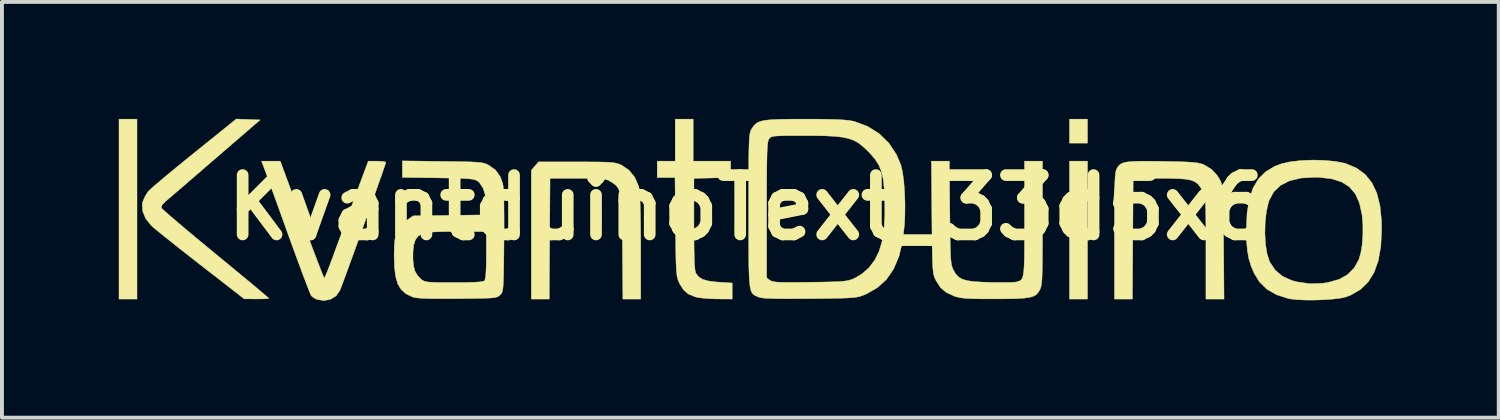
<source format=kicad_pcb>
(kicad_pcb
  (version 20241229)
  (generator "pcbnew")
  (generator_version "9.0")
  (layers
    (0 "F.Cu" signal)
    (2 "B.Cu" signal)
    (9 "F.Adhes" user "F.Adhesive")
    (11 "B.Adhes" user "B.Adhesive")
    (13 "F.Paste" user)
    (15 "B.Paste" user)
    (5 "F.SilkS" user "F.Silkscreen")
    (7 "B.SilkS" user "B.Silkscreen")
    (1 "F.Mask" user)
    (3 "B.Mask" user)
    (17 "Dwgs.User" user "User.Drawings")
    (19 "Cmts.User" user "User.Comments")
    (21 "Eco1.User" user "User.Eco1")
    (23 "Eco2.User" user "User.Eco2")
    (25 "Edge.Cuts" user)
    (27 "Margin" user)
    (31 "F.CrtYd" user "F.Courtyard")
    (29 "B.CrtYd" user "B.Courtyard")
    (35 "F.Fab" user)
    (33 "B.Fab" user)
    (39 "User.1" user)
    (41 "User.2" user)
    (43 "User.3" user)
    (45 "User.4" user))
  (footprint "KvantduinoText_33d5x6"
    (layer "F.Cu")
    (at 16.169 2.279)
    (property "Reference" "KvantduinoText_33d5x6" (at 0 0 0) (layer "F.SilkS") (effects (font (size 1.524 1.524) (thickness 0.3))))
    (attr through_hole)
    (fp_poly (pts (xy -15.702 2.348) (xy -16.164 2.348) (xy -16.164 -2.271) (xy -15.702 -2.271) (xy -15.702 2.348)) (stroke (width 0.01) (type solid)) (fill yes) (layer "F.SilkS"))
    (fp_poly (pts (xy 8.698 -1.655) (xy 8.236 -1.655) (xy 8.236 -2.271) (xy 8.698 -2.271) (xy 8.698 -1.655)) (stroke (width 0.01) (type solid)) (fill yes) (layer "F.SilkS"))
    (fp_poly (pts (xy 8.698 2.348) (xy 8.236 2.348) (xy 8.236 -1.193) (xy 8.698 -1.193) (xy 8.698 2.348)) (stroke (width 0.01) (type solid)) (fill yes) (layer "F.SilkS"))
    (fp_poly (pts (xy -1.424 -1.193) (xy -0.462 -1.193) (xy -0.462 -0.772) (xy -0.933 -0.761) (xy -1.405 -0.75) (xy -1.405 0.423) (xy -1.404 0.782) (xy -1.401 1.071) (xy -1.396 1.296) (xy -1.389 1.464) (xy -1.379 1.581) (xy -1.366 1.655) (xy -1.355 1.684) (xy -1.285 1.775) (xy -1.188 1.839) (xy -1.049 1.881) (xy -0.854 1.907) (xy -0.773 1.913) (xy -0.423 1.936) (xy -0.423 2.348) (xy -0.818 2.345) (xy -1.006 2.339) (xy -1.184 2.324) (xy -1.326 2.303) (xy -1.379 2.29) (xy -1.546 2.22) (xy -1.668 2.118) (xy -1.766 1.965) (xy -1.786 1.924) (xy -1.808 1.873) (xy -1.826 1.818) (xy -1.84 1.751) (xy -1.851 1.662) (xy -1.859 1.544) (xy -1.866 1.387) (xy -1.87 1.181) (xy -1.874 0.919) (xy -1.878 0.592) (xy -1.879 0.491) (xy -1.891 -0.77) (xy -2.348 -0.77) (xy -2.348 -1.193) (xy -1.886 -1.193) (xy -1.886 -2.271) (xy -1.424 -2.271) (xy -1.424 -1.193)) (stroke (width 0.01) (type solid)) (fill yes) (layer "F.SilkS"))
    (fp_poly (pts (xy -4.118 -1.173) (xy -3.883 -1.172) (xy -3.703 -1.168) (xy -3.569 -1.162) (xy -3.47 -1.152) (xy -3.394 -1.138) (xy -3.332 -1.119) (xy -3.273 -1.095) (xy -3.264 -1.091) (xy -3.075 -0.963) (xy -2.925 -0.779) (xy -2.827 -0.555) (xy -2.812 -0.496) (xy -2.801 -0.403) (xy -2.791 -0.24) (xy -2.783 -0.015) (xy -2.777 0.264) (xy -2.773 0.59) (xy -2.771 0.955) (xy -2.771 1.022) (xy -2.771 2.348) (xy -3.229 2.348) (xy -3.24 1.029) (xy -3.244 0.647) (xy -3.249 0.334) (xy -3.256 0.082) (xy -3.267 -0.117) (xy -3.284 -0.27) (xy -3.307 -0.386) (xy -3.337 -0.473) (xy -3.378 -0.538) (xy -3.429 -0.59) (xy -3.492 -0.636) (xy -3.535 -0.663) (xy -3.589 -0.694) (xy -3.645 -0.717) (xy -3.715 -0.732) (xy -3.812 -0.742) (xy -3.949 -0.748) (xy -4.138 -0.75) (xy -4.387 -0.75) (xy -5.099 -0.75) (xy -5.109 0.799) (xy -5.119 2.348) (xy -5.58 2.348) (xy -5.58 -0.958) (xy -5.487 -1.066) (xy -5.394 -1.174) (xy -4.419 -1.174) (xy -4.118 -1.173)) (stroke (width 0.01) (type solid)) (fill yes) (layer "F.SilkS"))
    (fp_poly (pts (xy -12.848 -2.262) (xy -12.541 -2.251) (xy -13.708 -1.245) (xy -13.968 -1.021) (xy -14.213 -0.809) (xy -14.437 -0.616) (xy -14.632 -0.448) (xy -14.792 -0.311) (xy -14.909 -0.21) (xy -14.978 -0.152) (xy -14.987 -0.144) (xy -15.061 -0.063) (xy -15.078 0.004) (xy -15.077 0.007) (xy -15.043 0.043) (xy -14.956 0.122) (xy -14.821 0.239) (xy -14.645 0.39) (xy -14.433 0.569) (xy -14.192 0.771) (xy -13.927 0.99) (xy -13.685 1.19) (xy -13.406 1.419) (xy -13.146 1.634) (xy -12.91 1.828) (xy -12.706 1.998) (xy -12.539 2.138) (xy -12.414 2.244) (xy -12.338 2.31) (xy -12.315 2.331) (xy -12.351 2.338) (xy -12.445 2.343) (xy -12.581 2.345) (xy -12.633 2.345) (xy -12.95 2.343) (xy -14.074 1.47) (xy -14.336 1.265) (xy -14.584 1.071) (xy -14.809 0.892) (xy -15.005 0.736) (xy -15.163 0.608) (xy -15.276 0.515) (xy -15.334 0.464) (xy -15.476 0.287) (xy -15.555 0.099) (xy -15.567 -0.086) (xy -15.553 -0.153) (xy -15.496 -0.286) (xy -15.419 -0.409) (xy -15.41 -0.42) (xy -15.358 -0.47) (xy -15.253 -0.563) (xy -15.104 -0.69) (xy -14.916 -0.847) (xy -14.699 -1.026) (xy -14.459 -1.222) (xy -14.234 -1.404) (xy -13.154 -2.274) (xy -12.848 -2.262)) (stroke (width 0.01) (type solid)) (fill yes) (layer "F.SilkS"))
    (fp_poly (pts (xy -11.471 0.308) (xy -11.352 0.629) (xy -11.24 0.927) (xy -11.14 1.194) (xy -11.052 1.422) (xy -10.981 1.604) (xy -10.93 1.732) (xy -10.9 1.8) (xy -10.895 1.808) (xy -10.874 1.774) (xy -10.833 1.679) (xy -10.776 1.536) (xy -10.709 1.358) (xy -10.665 1.24) (xy -10.591 1.037) (xy -10.497 0.781) (xy -10.39 0.491) (xy -10.277 0.185) (xy -10.165 -0.117) (xy -10.112 -0.26) (xy -9.766 -1.193) (xy -9.54 -1.193) (xy -9.419 -1.188) (xy -9.337 -1.175) (xy -9.313 -1.161) (xy -9.326 -1.118) (xy -9.362 -1.012) (xy -9.417 -0.852) (xy -9.49 -0.646) (xy -9.576 -0.403) (xy -9.672 -0.133) (xy -9.775 0.157) (xy -9.883 0.456) (xy -9.991 0.756) (xy -10.096 1.048) (xy -10.196 1.323) (xy -10.287 1.573) (xy -10.366 1.788) (xy -10.429 1.959) (xy -10.474 2.077) (xy -10.495 2.129) (xy -10.594 2.269) (xy -10.739 2.357) (xy -10.91 2.388) (xy -11.091 2.354) (xy -11.104 2.349) (xy -11.191 2.297) (xy -11.23 2.261) (xy -11.252 2.214) (xy -11.298 2.101) (xy -11.363 1.932) (xy -11.446 1.714) (xy -11.542 1.455) (xy -11.65 1.161) (xy -11.766 0.842) (xy -11.836 0.65) (xy -11.956 0.316) (xy -12.07 -0.001) (xy -12.175 -0.291) (xy -12.267 -0.546) (xy -12.344 -0.759) (xy -12.403 -0.92) (xy -12.441 -1.022) (xy -12.451 -1.049) (xy -12.507 -1.193) (xy -12.024 -1.193) (xy -11.471 0.308)) (stroke (width 0.01) (type solid)) (fill yes) (layer "F.SilkS"))
    (fp_poly (pts (xy 10.539 -1.188) (xy 10.702 -1.186) (xy 10.988 -1.18) (xy 11.209 -1.173) (xy 11.375 -1.163) (xy 11.498 -1.151) (xy 11.588 -1.134) (xy 11.658 -1.113) (xy 11.68 -1.104) (xy 11.877 -0.987) (xy 12.026 -0.828) (xy 12.098 -0.712) (xy 12.119 -0.67) (xy 12.136 -0.625) (xy 12.15 -0.569) (xy 12.161 -0.495) (xy 12.17 -0.394) (xy 12.176 -0.258) (xy 12.181 -0.079) (xy 12.185 0.151) (xy 12.188 0.44) (xy 12.191 0.796) (xy 12.192 0.895) (xy 12.203 2.348) (xy 11.738 2.348) (xy 11.738 1.047) (xy 11.738 0.696) (xy 11.737 0.413) (xy 11.735 0.19) (xy 11.731 0.018) (xy 11.726 -0.112) (xy 11.717 -0.209) (xy 11.706 -0.28) (xy 11.691 -0.336) (xy 11.671 -0.384) (xy 11.651 -0.424) (xy 11.593 -0.529) (xy 11.53 -0.608) (xy 11.451 -0.666) (xy 11.346 -0.706) (xy 11.203 -0.731) (xy 11.012 -0.745) (xy 10.761 -0.75) (xy 10.583 -0.75) (xy 9.871 -0.75) (xy 9.861 0.799) (xy 9.851 2.348) (xy 9.39 2.348) (xy 9.39 0.722) (xy 9.391 0.324) (xy 9.391 -0.004) (xy 9.393 -0.27) (xy 9.396 -0.481) (xy 9.4 -0.644) (xy 9.406 -0.767) (xy 9.414 -0.858) (xy 9.424 -0.923) (xy 9.437 -0.97) (xy 9.453 -1.006) (xy 9.465 -1.027) (xy 9.502 -1.078) (xy 9.549 -1.119) (xy 9.615 -1.149) (xy 9.708 -1.17) (xy 9.838 -1.183) (xy 10.014 -1.19) (xy 10.245 -1.191) (xy 10.539 -1.188)) (stroke (width 0.01) (type solid)) (fill yes) (layer "F.SilkS"))
    (fp_poly (pts (xy 5.164 0.125) (xy 5.168 0.481) (xy 5.171 0.768) (xy 5.176 0.996) (xy 5.181 1.172) (xy 5.188 1.305) (xy 5.198 1.404) (xy 5.21 1.477) (xy 5.226 1.532) (xy 5.245 1.579) (xy 5.253 1.596) (xy 5.315 1.702) (xy 5.388 1.781) (xy 5.484 1.838) (xy 5.614 1.876) (xy 5.79 1.9) (xy 6.025 1.914) (xy 6.187 1.919) (xy 6.399 1.922) (xy 6.59 1.922) (xy 6.743 1.919) (xy 6.843 1.913) (xy 6.867 1.909) (xy 6.92 1.895) (xy 6.963 1.879) (xy 6.998 1.853) (xy 7.026 1.809) (xy 7.046 1.741) (xy 7.061 1.642) (xy 7.071 1.504) (xy 7.077 1.32) (xy 7.08 1.082) (xy 7.081 0.785) (xy 7.081 0.42) (xy 7.081 0.286) (xy 7.081 -1.193) (xy 7.543 -1.193) (xy 7.543 0.395) (xy 7.543 0.789) (xy 7.542 1.113) (xy 7.54 1.376) (xy 7.537 1.584) (xy 7.533 1.745) (xy 7.527 1.866) (xy 7.518 1.956) (xy 7.507 2.021) (xy 7.493 2.069) (xy 7.476 2.108) (xy 7.472 2.117) (xy 7.429 2.185) (xy 7.377 2.238) (xy 7.306 2.278) (xy 7.206 2.306) (xy 7.068 2.325) (xy 6.882 2.337) (xy 6.638 2.342) (xy 6.328 2.344) (xy 6.312 2.344) (xy 6.025 2.344) (xy 5.804 2.341) (xy 5.635 2.334) (xy 5.507 2.324) (xy 5.407 2.309) (xy 5.323 2.288) (xy 5.281 2.275) (xy 5.073 2.179) (xy 4.921 2.049) (xy 4.804 1.865) (xy 4.796 1.847) (xy 4.775 1.799) (xy 4.757 1.748) (xy 4.744 1.686) (xy 4.733 1.605) (xy 4.724 1.496) (xy 4.718 1.351) (xy 4.713 1.163) (xy 4.709 0.922) (xy 4.706 0.621) (xy 4.703 0.252) (xy 4.703 0.241) (xy 4.691 -1.193) (xy 5.152 -1.193) (xy 5.164 0.125)) (stroke (width 0.01) (type solid)) (fill yes) (layer "F.SilkS"))
    (fp_poly (pts (xy 14.783 -1.212) (xy 15.064 -1.185) (xy 15.301 -1.138) (xy 15.339 -1.126) (xy 15.608 -1.012) (xy 15.827 -0.851) (xy 15.998 -0.639) (xy 16.124 -0.374) (xy 16.206 -0.051) (xy 16.245 0.332) (xy 16.25 0.577) (xy 16.227 1.001) (xy 16.163 1.362) (xy 16.056 1.664) (xy 15.904 1.909) (xy 15.705 2.102) (xy 15.459 2.245) (xy 15.337 2.292) (xy 15.197 2.324) (xy 15.001 2.349) (xy 14.768 2.366) (xy 14.521 2.374) (xy 14.278 2.373) (xy 14.06 2.363) (xy 13.889 2.342) (xy 13.855 2.335) (xy 13.549 2.237) (xy 13.304 2.097) (xy 13.113 1.909) (xy 12.974 1.682) (xy 12.895 1.494) (xy 12.839 1.309) (xy 12.803 1.107) (xy 12.783 0.868) (xy 12.779 0.675) (xy 13.252 0.675) (xy 13.269 0.947) (xy 13.308 1.188) (xy 13.369 1.379) (xy 13.379 1.399) (xy 13.518 1.607) (xy 13.703 1.763) (xy 13.942 1.871) (xy 14.085 1.909) (xy 14.412 1.955) (xy 14.736 1.943) (xy 14.876 1.921) (xy 15.154 1.843) (xy 15.373 1.722) (xy 15.542 1.551) (xy 15.659 1.346) (xy 15.712 1.175) (xy 15.749 0.951) (xy 15.767 0.696) (xy 15.767 0.432) (xy 15.745 0.181) (xy 15.744 0.178) (xy 15.679 -0.116) (xy 15.574 -0.351) (xy 15.423 -0.53) (xy 15.222 -0.658) (xy 14.965 -0.739) (xy 14.648 -0.776) (xy 14.528 -0.779) (xy 14.178 -0.758) (xy 13.887 -0.689) (xy 13.654 -0.571) (xy 13.479 -0.403) (xy 13.361 -0.185) (xy 13.341 -0.124) (xy 13.288 0.119) (xy 13.258 0.392) (xy 13.252 0.675) (xy 12.779 0.675) (xy 12.777 0.575) (xy 12.777 0.545) (xy 12.795 0.132) (xy 12.852 -0.216) (xy 12.95 -0.506) (xy 13.09 -0.741) (xy 13.276 -0.925) (xy 13.51 -1.063) (xy 13.68 -1.127) (xy 13.904 -1.177) (xy 14.179 -1.208) (xy 14.48 -1.22) (xy 14.783 -1.212)) (stroke (width 0.01) (type solid)) (fill yes) (layer "F.SilkS"))
    (fp_poly (pts (xy -7.861 -1.186) (xy -7.551 -1.182) (xy -7.308 -1.178) (xy -7.122 -1.173) (xy -6.983 -1.165) (xy -6.88 -1.155) (xy -6.805 -1.142) (xy -6.747 -1.124) (xy -6.695 -1.101) (xy -6.671 -1.088) (xy -6.493 -0.959) (xy -6.373 -0.786) (xy -6.312 -0.613) (xy -6.298 -0.513) (xy -6.288 -0.337) (xy -6.282 -0.086) (xy -6.279 0.239) (xy -6.279 0.638) (xy -6.281 0.855) (xy -6.284 1.205) (xy -6.287 1.487) (xy -6.291 1.707) (xy -6.295 1.875) (xy -6.302 1.999) (xy -6.311 2.087) (xy -6.322 2.147) (xy -6.337 2.187) (xy -6.356 2.215) (xy -6.38 2.24) (xy -6.38 2.241) (xy -6.408 2.267) (xy -6.441 2.288) (xy -6.487 2.303) (xy -6.556 2.315) (xy -6.657 2.323) (xy -6.8 2.328) (xy -6.995 2.332) (xy -7.25 2.335) (xy -7.477 2.337) (xy -7.807 2.339) (xy -8.069 2.338) (xy -8.271 2.334) (xy -8.423 2.327) (xy -8.533 2.315) (xy -8.61 2.3) (xy -8.634 2.292) (xy -8.795 2.215) (xy -8.917 2.109) (xy -9.005 1.966) (xy -9.062 1.775) (xy -9.093 1.527) (xy -9.099 1.31) (xy -8.619 1.31) (xy -8.604 1.484) (xy -8.572 1.62) (xy -8.568 1.63) (xy -8.498 1.745) (xy -8.408 1.841) (xy -8.368 1.87) (xy -8.321 1.891) (xy -8.259 1.906) (xy -8.167 1.916) (xy -8.035 1.921) (xy -7.852 1.924) (xy -7.604 1.924) (xy -7.565 1.924) (xy -7.275 1.922) (xy -7.057 1.917) (xy -6.905 1.907) (xy -6.813 1.893) (xy -6.781 1.878) (xy -6.761 1.825) (xy -6.747 1.709) (xy -6.738 1.525) (xy -6.735 1.27) (xy -6.735 1.224) (xy -6.735 0.616) (xy -7.506 0.616) (xy -7.803 0.617) (xy -8.032 0.623) (xy -8.205 0.635) (xy -8.331 0.657) (xy -8.421 0.689) (xy -8.485 0.734) (xy -8.534 0.795) (xy -8.562 0.845) (xy -8.598 0.963) (xy -8.616 1.127) (xy -8.619 1.31) (xy -9.099 1.31) (xy -9.102 1.232) (xy -9.096 0.971) (xy -9.075 0.772) (xy -9.033 0.619) (xy -8.966 0.499) (xy -8.868 0.397) (xy -8.778 0.327) (xy -8.614 0.212) (xy -7.675 0.2) (xy -6.735 0.187) (xy -6.735 -0.059) (xy -6.756 -0.301) (xy -6.817 -0.499) (xy -6.913 -0.642) (xy -6.959 -0.681) (xy -7 -0.703) (xy -7.054 -0.721) (xy -7.131 -0.734) (xy -7.242 -0.744) (xy -7.397 -0.751) (xy -7.605 -0.757) (xy -7.877 -0.761) (xy -7.976 -0.763) (xy -8.89 -0.775) (xy -8.89 -1.199) (xy -7.861 -1.186)) (stroke (width 0.01) (type solid)) (fill yes) (layer "F.SilkS"))
    (fp_poly (pts (xy 1.791 -2.27) (xy 2.064 -2.266) (xy 2.28 -2.26) (xy 2.447 -2.25) (xy 2.576 -2.237) (xy 2.677 -2.22) (xy 2.712 -2.212) (xy 3.054 -2.085) (xy 3.353 -1.896) (xy 3.603 -1.651) (xy 3.798 -1.353) (xy 3.906 -1.097) (xy 3.948 -0.925) (xy 3.98 -0.693) (xy 4.002 -0.419) (xy 4.013 -0.118) (xy 4.011 0.191) (xy 4 0.436) (xy 3.949 0.878) (xy 3.856 1.258) (xy 3.72 1.578) (xy 3.539 1.842) (xy 3.31 2.052) (xy 3.033 2.212) (xy 2.965 2.241) (xy 2.901 2.265) (xy 2.838 2.285) (xy 2.764 2.3) (xy 2.672 2.311) (xy 2.55 2.319) (xy 2.391 2.326) (xy 2.184 2.33) (xy 1.92 2.334) (xy 1.589 2.337) (xy 1.559 2.337) (xy 1.206 2.339) (xy 0.922 2.34) (xy 0.699 2.337) (xy 0.529 2.332) (xy 0.405 2.325) (xy 0.318 2.314) (xy 0.26 2.299) (xy 0.245 2.294) (xy 0.192 2.27) (xy 0.147 2.248) (xy 0.11 2.219) (xy 0.08 2.179) (xy 0.055 2.12) (xy 0.037 2.036) (xy 0.023 1.922) (xy 0.013 1.77) (xy 0.006 1.575) (xy 0.002 1.33) (xy 0.001 1.029) (xy -0.000023 0.666) (xy -0.000013 0.234) (xy 0 0.083) (xy 0.000003 0.064) (xy 0.462 0.064) (xy 0.462 1.804) (xy 0.548 1.867) (xy 0.584 1.886) (xy 0.636 1.901) (xy 0.714 1.911) (xy 0.827 1.918) (xy 0.985 1.92) (xy 1.198 1.92) (xy 1.475 1.917) (xy 1.578 1.916) (xy 1.874 1.912) (xy 2.104 1.907) (xy 2.279 1.901) (xy 2.41 1.892) (xy 2.509 1.88) (xy 2.586 1.864) (xy 2.653 1.842) (xy 2.72 1.814) (xy 2.724 1.812) (xy 2.901 1.707) (xy 3.069 1.562) (xy 3.097 1.532) (xy 3.24 1.341) (xy 3.349 1.119) (xy 3.427 0.858) (xy 3.475 0.548) (xy 3.496 0.181) (xy 3.493 -0.19) (xy 3.479 -0.491) (xy 3.453 -0.731) (xy 3.409 -0.925) (xy 3.343 -1.088) (xy 3.25 -1.237) (xy 3.123 -1.385) (xy 3.061 -1.449) (xy 2.941 -1.562) (xy 2.828 -1.652) (xy 2.708 -1.721) (xy 2.572 -1.771) (xy 2.41 -1.807) (xy 2.209 -1.829) (xy 1.959 -1.842) (xy 1.649 -1.847) (xy 1.441 -1.847) (xy 1.163 -1.847) (xy 0.951 -1.846) (xy 0.796 -1.842) (xy 0.688 -1.836) (xy 0.617 -1.826) (xy 0.572 -1.811) (xy 0.544 -1.79) (xy 0.523 -1.763) (xy 0.522 -1.762) (xy 0.507 -1.733) (xy 0.495 -1.688) (xy 0.486 -1.62) (xy 0.478 -1.521) (xy 0.472 -1.386) (xy 0.468 -1.207) (xy 0.465 -0.977) (xy 0.463 -0.691) (xy 0.462 -0.341) (xy 0.462 0.064) (xy 0.000003 0.064) (xy 0.000091 -0.359) (xy 0.001 -0.73) (xy 0.002 -1.037) (xy 0.003 -1.287) (xy 0.006 -1.486) (xy 0.011 -1.642) (xy 0.016 -1.76) (xy 0.024 -1.847) (xy 0.034 -1.91) (xy 0.046 -1.956) (xy 0.06 -1.991) (xy 0.077 -2.021) (xy 0.078 -2.021) (xy 0.124 -2.091) (xy 0.175 -2.146) (xy 0.238 -2.189) (xy 0.324 -2.22) (xy 0.44 -2.243) (xy 0.596 -2.257) (xy 0.801 -2.266) (xy 1.063 -2.27) (xy 1.392 -2.271) (xy 1.451 -2.271) (xy 1.791 -2.27)) (stroke (width 0.01) (type solid)) (fill yes) (layer "F.SilkS")))
  (gr_rect
    (start -3 -3)
    (end 35.424 7.672)
    (stroke (width 0.1) (type default))
    (fill no)
    (layer "Edge.Cuts")))
</source>
